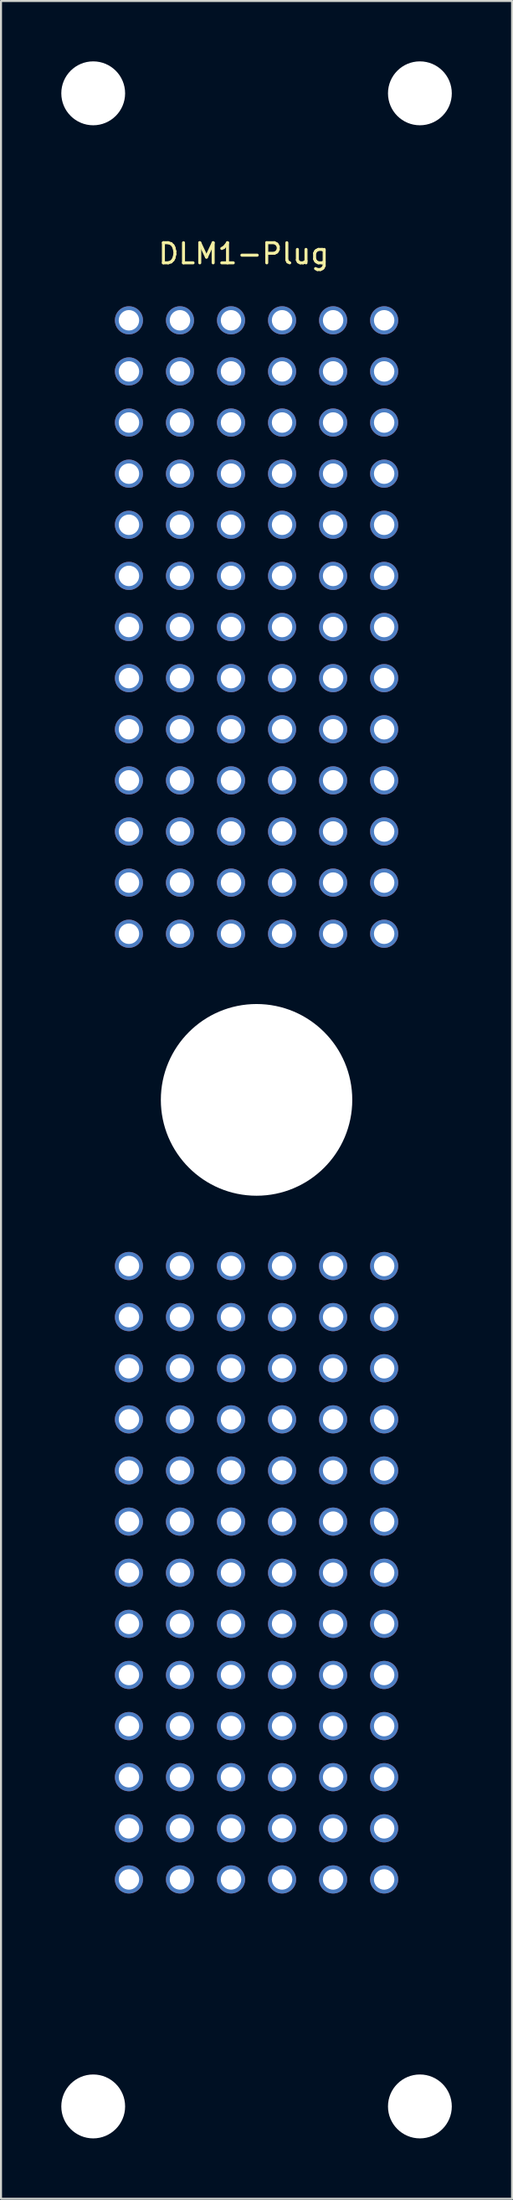
<source format=kicad_pcb>
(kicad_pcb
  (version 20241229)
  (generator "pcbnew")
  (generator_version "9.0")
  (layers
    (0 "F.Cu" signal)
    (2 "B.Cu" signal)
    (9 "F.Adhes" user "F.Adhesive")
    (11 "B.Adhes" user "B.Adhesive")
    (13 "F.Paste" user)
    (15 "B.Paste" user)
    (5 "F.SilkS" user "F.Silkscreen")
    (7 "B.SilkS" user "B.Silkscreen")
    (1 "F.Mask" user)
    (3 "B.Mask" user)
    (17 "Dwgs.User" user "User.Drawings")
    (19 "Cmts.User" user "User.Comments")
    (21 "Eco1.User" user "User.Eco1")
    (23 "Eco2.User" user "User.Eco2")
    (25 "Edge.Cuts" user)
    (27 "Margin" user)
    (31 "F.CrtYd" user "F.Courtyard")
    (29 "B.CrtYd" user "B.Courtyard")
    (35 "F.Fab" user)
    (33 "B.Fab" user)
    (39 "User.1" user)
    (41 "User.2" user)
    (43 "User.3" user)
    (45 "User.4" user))
  (footprint "DLM1-Plug"
    (layer "F.Cu")
    (at 9.716 51.6)
    (property "Reference" "DLM1-Plug" (at -0.635 -42.045 0) (layer "F.SilkS") (effects (font (size 1 1) (thickness 0.15))))
    (attr through_hole)
    (pad "" np_thru_hole circle (at -8.128 -50.013) (size 3.175 3.175) (drill 3.175) (layers "*.Cu" "*.Mask"))
    (pad "" np_thru_hole circle (at -8.128 50.013) (size 3.175 3.175) (drill 3.175) (layers "*.Cu" "*.Mask"))
    (pad "" np_thru_hole circle (at 0 0) (size 9.525 9.525) (drill 9.525) (layers "*.Cu" "*.Mask"))
    (pad "" np_thru_hole circle (at 8.128 -50.013) (size 3.175 3.175) (drill 3.175) (layers "*.Cu" "*.Mask"))
    (pad "" np_thru_hole circle (at 8.128 50.013) (size 3.175 3.175) (drill 3.175) (layers "*.Cu" "*.Mask"))
    (pad "1" thru_hole circle (at 6.35 -38.735) (size 1.397 1.397) (drill 1.016) (layers "*.Cu" "*.Mask"))
    (pad "2" thru_hole circle (at 6.35 -36.195) (size 1.397 1.397) (drill 1.016) (layers "*.Cu" "*.Mask"))
    (pad "3" thru_hole circle (at 6.35 -33.655) (size 1.397 1.397) (drill 1.016) (layers "*.Cu" "*.Mask"))
    (pad "4" thru_hole circle (at 6.35 -31.115) (size 1.397 1.397) (drill 1.016) (layers "*.Cu" "*.Mask"))
    (pad "5" thru_hole circle (at 6.35 -28.575) (size 1.397 1.397) (drill 1.016) (layers "*.Cu" "*.Mask"))
    (pad "6" thru_hole circle (at 6.35 -26.035) (size 1.397 1.397) (drill 1.016) (layers "*.Cu" "*.Mask"))
    (pad "7" thru_hole circle (at 6.35 -23.495) (size 1.397 1.397) (drill 1.016) (layers "*.Cu" "*.Mask"))
    (pad "8" thru_hole circle (at 6.35 -20.955) (size 1.397 1.397) (drill 1.016) (layers "*.Cu" "*.Mask"))
    (pad "9" thru_hole circle (at 6.35 -18.415) (size 1.397 1.397) (drill 1.016) (layers "*.Cu" "*.Mask"))
    (pad "10" thru_hole circle (at 6.35 -15.875) (size 1.397 1.397) (drill 1.016) (layers "*.Cu" "*.Mask"))
    (pad "11" thru_hole circle (at 6.35 -13.335) (size 1.397 1.397) (drill 1.016) (layers "*.Cu" "*.Mask"))
    (pad "12" thru_hole circle (at 6.35 -10.795) (size 1.397 1.397) (drill 1.016) (layers "*.Cu" "*.Mask"))
    (pad "13" thru_hole circle (at 6.35 -8.255) (size 1.397 1.397) (drill 1.016) (layers "*.Cu" "*.Mask"))
    (pad "14" thru_hole circle (at 6.35 8.255) (size 1.397 1.397) (drill 1.016) (layers "*.Cu" "*.Mask"))
    (pad "15" thru_hole circle (at 6.35 10.795) (size 1.397 1.397) (drill 1.016) (layers "*.Cu" "*.Mask"))
    (pad "16" thru_hole circle (at 6.35 13.335) (size 1.397 1.397) (drill 1.016) (layers "*.Cu" "*.Mask"))
    (pad "17" thru_hole circle (at 6.35 15.875) (size 1.397 1.397) (drill 1.016) (layers "*.Cu" "*.Mask"))
    (pad "18" thru_hole circle (at 6.35 18.415) (size 1.397 1.397) (drill 1.016) (layers "*.Cu" "*.Mask"))
    (pad "19" thru_hole circle (at 6.35 20.955) (size 1.397 1.397) (drill 1.016) (layers "*.Cu" "*.Mask"))
    (pad "20" thru_hole circle (at 6.35 23.495) (size 1.397 1.397) (drill 1.016) (layers "*.Cu" "*.Mask"))
    (pad "21" thru_hole circle (at 6.35 26.035) (size 1.397 1.397) (drill 1.016) (layers "*.Cu" "*.Mask"))
    (pad "22" thru_hole circle (at 6.35 28.575) (size 1.397 1.397) (drill 1.016) (layers "*.Cu" "*.Mask"))
    (pad "23" thru_hole circle (at 6.35 31.115) (size 1.397 1.397) (drill 1.016) (layers "*.Cu" "*.Mask"))
    (pad "24" thru_hole circle (at 6.35 33.655) (size 1.397 1.397) (drill 1.016) (layers "*.Cu" "*.Mask"))
    (pad "25" thru_hole circle (at 6.35 36.195) (size 1.397 1.397) (drill 1.016) (layers "*.Cu" "*.Mask"))
    (pad "26" thru_hole circle (at 6.35 38.735) (size 1.397 1.397) (drill 1.016) (layers "*.Cu" "*.Mask"))
    (pad "27" thru_hole circle (at 3.81 -38.735) (size 1.397 1.397) (drill 1.016) (layers "*.Cu" "*.Mask"))
    (pad "28" thru_hole circle (at 3.81 -36.195) (size 1.397 1.397) (drill 1.016) (layers "*.Cu" "*.Mask"))
    (pad "29" thru_hole circle (at 3.81 -33.655) (size 1.397 1.397) (drill 1.016) (layers "*.Cu" "*.Mask"))
    (pad "30" thru_hole circle (at 3.81 -31.115) (size 1.397 1.397) (drill 1.016) (layers "*.Cu" "*.Mask"))
    (pad "31" thru_hole circle (at 3.81 -28.575) (size 1.397 1.397) (drill 1.016) (layers "*.Cu" "*.Mask"))
    (pad "32" thru_hole circle (at 3.81 -26.035) (size 1.397 1.397) (drill 1.016) (layers "*.Cu" "*.Mask"))
    (pad "33" thru_hole circle (at 3.81 -23.495) (size 1.397 1.397) (drill 1.016) (layers "*.Cu" "*.Mask"))
    (pad "34" thru_hole circle (at 3.81 -20.955) (size 1.397 1.397) (drill 1.016) (layers "*.Cu" "*.Mask"))
    (pad "35" thru_hole circle (at 3.81 -18.415) (size 1.397 1.397) (drill 1.016) (layers "*.Cu" "*.Mask"))
    (pad "36" thru_hole circle (at 3.81 -15.875) (size 1.397 1.397) (drill 1.016) (layers "*.Cu" "*.Mask"))
    (pad "37" thru_hole circle (at 3.81 -13.335) (size 1.397 1.397) (drill 1.016) (layers "*.Cu" "*.Mask"))
    (pad "38" thru_hole circle (at 3.81 -10.795) (size 1.397 1.397) (drill 1.016) (layers "*.Cu" "*.Mask"))
    (pad "39" thru_hole circle (at 3.81 -8.255) (size 1.397 1.397) (drill 1.016) (layers "*.Cu" "*.Mask"))
    (pad "40" thru_hole circle (at 3.81 8.255) (size 1.397 1.397) (drill 1.016) (layers "*.Cu" "*.Mask"))
    (pad "41" thru_hole circle (at 3.81 10.795) (size 1.397 1.397) (drill 1.016) (layers "*.Cu" "*.Mask"))
    (pad "42" thru_hole circle (at 3.81 13.335) (size 1.397 1.397) (drill 1.016) (layers "*.Cu" "*.Mask"))
    (pad "43" thru_hole circle (at 3.81 15.875) (size 1.397 1.397) (drill 1.016) (layers "*.Cu" "*.Mask"))
    (pad "44" thru_hole circle (at 3.81 18.415) (size 1.397 1.397) (drill 1.016) (layers "*.Cu" "*.Mask"))
    (pad "45" thru_hole circle (at 3.81 20.955) (size 1.397 1.397) (drill 1.016) (layers "*.Cu" "*.Mask"))
    (pad "46" thru_hole circle (at 3.81 23.495) (size 1.397 1.397) (drill 1.016) (layers "*.Cu" "*.Mask"))
    (pad "47" thru_hole circle (at 3.81 26.035) (size 1.397 1.397) (drill 1.016) (layers "*.Cu" "*.Mask"))
    (pad "48" thru_hole circle (at 3.81 28.575) (size 1.397 1.397) (drill 1.016) (layers "*.Cu" "*.Mask"))
    (pad "49" thru_hole circle (at 3.81 31.115) (size 1.397 1.397) (drill 1.016) (layers "*.Cu" "*.Mask"))
    (pad "50" thru_hole circle (at 3.81 33.655) (size 1.397 1.397) (drill 1.016) (layers "*.Cu" "*.Mask"))
    (pad "51" thru_hole circle (at 3.81 36.195) (size 1.397 1.397) (drill 1.016) (layers "*.Cu" "*.Mask"))
    (pad "52" thru_hole circle (at 3.81 38.735) (size 1.397 1.397) (drill 1.016) (layers "*.Cu" "*.Mask"))
    (pad "53" thru_hole circle (at 1.27 -38.735) (size 1.397 1.397) (drill 1.016) (layers "*.Cu" "*.Mask"))
    (pad "54" thru_hole circle (at 1.27 -36.195) (size 1.397 1.397) (drill 1.016) (layers "*.Cu" "*.Mask"))
    (pad "55" thru_hole circle (at 1.27 -33.655) (size 1.397 1.397) (drill 1.016) (layers "*.Cu" "*.Mask"))
    (pad "56" thru_hole circle (at 1.27 -31.115) (size 1.397 1.397) (drill 1.016) (layers "*.Cu" "*.Mask"))
    (pad "57" thru_hole circle (at 1.27 -28.575) (size 1.397 1.397) (drill 1.016) (layers "*.Cu" "*.Mask"))
    (pad "58" thru_hole circle (at 1.27 -26.035) (size 1.397 1.397) (drill 1.016) (layers "*.Cu" "*.Mask"))
    (pad "59" thru_hole circle (at 1.27 -23.495) (size 1.397 1.397) (drill 1.016) (layers "*.Cu" "*.Mask"))
    (pad "60" thru_hole circle (at 1.27 -20.955) (size 1.397 1.397) (drill 1.016) (layers "*.Cu" "*.Mask"))
    (pad "61" thru_hole circle (at 1.27 -18.415) (size 1.397 1.397) (drill 1.016) (layers "*.Cu" "*.Mask"))
    (pad "62" thru_hole circle (at 1.27 -15.875) (size 1.397 1.397) (drill 1.016) (layers "*.Cu" "*.Mask"))
    (pad "63" thru_hole circle (at 1.27 -13.335) (size 1.397 1.397) (drill 1.016) (layers "*.Cu" "*.Mask"))
    (pad "64" thru_hole circle (at 1.27 -10.795) (size 1.397 1.397) (drill 1.016) (layers "*.Cu" "*.Mask"))
    (pad "65" thru_hole circle (at 1.27 -8.255) (size 1.397 1.397) (drill 1.016) (layers "*.Cu" "*.Mask"))
    (pad "66" thru_hole circle (at 1.27 8.255) (size 1.397 1.397) (drill 1.016) (layers "*.Cu" "*.Mask"))
    (pad "67" thru_hole circle (at 1.27 10.795) (size 1.397 1.397) (drill 1.016) (layers "*.Cu" "*.Mask"))
    (pad "68" thru_hole circle (at 1.27 13.335) (size 1.397 1.397) (drill 1.016) (layers "*.Cu" "*.Mask"))
    (pad "69" thru_hole circle (at 1.27 15.875) (size 1.397 1.397) (drill 1.016) (layers "*.Cu" "*.Mask"))
    (pad "70" thru_hole circle (at 1.27 18.415) (size 1.397 1.397) (drill 1.016) (layers "*.Cu" "*.Mask"))
    (pad "71" thru_hole circle (at 1.27 20.955) (size 1.397 1.397) (drill 1.016) (layers "*.Cu" "*.Mask"))
    (pad "72" thru_hole circle (at 1.27 23.495) (size 1.397 1.397) (drill 1.016) (layers "*.Cu" "*.Mask"))
    (pad "73" thru_hole circle (at 1.27 26.035) (size 1.397 1.397) (drill 1.016) (layers "*.Cu" "*.Mask"))
    (pad "74" thru_hole circle (at 1.27 28.575) (size 1.397 1.397) (drill 1.016) (layers "*.Cu" "*.Mask"))
    (pad "75" thru_hole circle (at 1.27 31.115) (size 1.397 1.397) (drill 1.016) (layers "*.Cu" "*.Mask"))
    (pad "76" thru_hole circle (at 1.27 33.655) (size 1.397 1.397) (drill 1.016) (layers "*.Cu" "*.Mask"))
    (pad "77" thru_hole circle (at 1.27 36.195) (size 1.397 1.397) (drill 1.016) (layers "*.Cu" "*.Mask"))
    (pad "78" thru_hole circle (at 1.27 38.735) (size 1.397 1.397) (drill 1.016) (layers "*.Cu" "*.Mask"))
    (pad "79" thru_hole circle (at -1.27 -38.735) (size 1.397 1.397) (drill 1.016) (layers "*.Cu" "*.Mask"))
    (pad "80" thru_hole circle (at -1.27 -36.195) (size 1.397 1.397) (drill 1.016) (layers "*.Cu" "*.Mask"))
    (pad "81" thru_hole circle (at -1.27 -33.655) (size 1.397 1.397) (drill 1.016) (layers "*.Cu" "*.Mask"))
    (pad "82" thru_hole circle (at -1.27 -31.115) (size 1.397 1.397) (drill 1.016) (layers "*.Cu" "*.Mask"))
    (pad "83" thru_hole circle (at -1.27 -28.575) (size 1.397 1.397) (drill 1.016) (layers "*.Cu" "*.Mask"))
    (pad "84" thru_hole circle (at -1.27 -26.035) (size 1.397 1.397) (drill 1.016) (layers "*.Cu" "*.Mask"))
    (pad "85" thru_hole circle (at -1.27 -23.495) (size 1.397 1.397) (drill 1.016) (layers "*.Cu" "*.Mask"))
    (pad "86" thru_hole circle (at -1.27 -20.955) (size 1.397 1.397) (drill 1.016) (layers "*.Cu" "*.Mask"))
    (pad "87" thru_hole circle (at -1.27 -18.415) (size 1.397 1.397) (drill 1.016) (layers "*.Cu" "*.Mask"))
    (pad "88" thru_hole circle (at -1.27 -15.875) (size 1.397 1.397) (drill 1.016) (layers "*.Cu" "*.Mask"))
    (pad "89" thru_hole circle (at -1.27 -13.335) (size 1.397 1.397) (drill 1.016) (layers "*.Cu" "*.Mask"))
    (pad "90" thru_hole circle (at -1.27 -10.795) (size 1.397 1.397) (drill 1.016) (layers "*.Cu" "*.Mask"))
    (pad "91" thru_hole circle (at -1.27 -8.255) (size 1.397 1.397) (drill 1.016) (layers "*.Cu" "*.Mask"))
    (pad "92" thru_hole circle (at -1.27 8.255) (size 1.397 1.397) (drill 1.016) (layers "*.Cu" "*.Mask"))
    (pad "93" thru_hole circle (at -1.27 10.795) (size 1.397 1.397) (drill 1.016) (layers "*.Cu" "*.Mask"))
    (pad "94" thru_hole circle (at -1.27 13.335) (size 1.397 1.397) (drill 1.016) (layers "*.Cu" "*.Mask"))
    (pad "95" thru_hole circle (at -1.27 15.875) (size 1.397 1.397) (drill 1.016) (layers "*.Cu" "*.Mask"))
    (pad "96" thru_hole circle (at -1.27 18.415) (size 1.397 1.397) (drill 1.016) (layers "*.Cu" "*.Mask"))
    (pad "97" thru_hole circle (at -1.27 20.955) (size 1.397 1.397) (drill 1.016) (layers "*.Cu" "*.Mask"))
    (pad "98" thru_hole circle (at -1.27 23.495) (size 1.397 1.397) (drill 1.016) (layers "*.Cu" "*.Mask"))
    (pad "99" thru_hole circle (at -1.27 26.035) (size 1.397 1.397) (drill 1.016) (layers "*.Cu" "*.Mask"))
    (pad "100" thru_hole circle (at -1.27 28.575) (size 1.397 1.397) (drill 1.016) (layers "*.Cu" "*.Mask"))
    (pad "101" thru_hole circle (at -1.27 31.115) (size 1.397 1.397) (drill 1.016) (layers "*.Cu" "*.Mask"))
    (pad "102" thru_hole circle (at -1.27 33.655) (size 1.397 1.397) (drill 1.016) (layers "*.Cu" "*.Mask"))
    (pad "103" thru_hole circle (at -1.27 36.195) (size 1.397 1.397) (drill 1.016) (layers "*.Cu" "*.Mask"))
    (pad "104" thru_hole circle (at -1.27 38.735) (size 1.397 1.397) (drill 1.016) (layers "*.Cu" "*.Mask"))
    (pad "105" thru_hole circle (at -3.81 -38.735) (size 1.397 1.397) (drill 1.016) (layers "*.Cu" "*.Mask"))
    (pad "106" thru_hole circle (at -3.81 -36.195) (size 1.397 1.397) (drill 1.016) (layers "*.Cu" "*.Mask"))
    (pad "107" thru_hole circle (at -3.81 -33.655) (size 1.397 1.397) (drill 1.016) (layers "*.Cu" "*.Mask"))
    (pad "108" thru_hole circle (at -3.81 -31.115) (size 1.397 1.397) (drill 1.016) (layers "*.Cu" "*.Mask"))
    (pad "109" thru_hole circle (at -3.81 -28.575) (size 1.397 1.397) (drill 1.016) (layers "*.Cu" "*.Mask"))
    (pad "110" thru_hole circle (at -3.81 -26.035) (size 1.397 1.397) (drill 1.016) (layers "*.Cu" "*.Mask"))
    (pad "111" thru_hole circle (at -3.81 -23.495) (size 1.397 1.397) (drill 1.016) (layers "*.Cu" "*.Mask"))
    (pad "112" thru_hole circle (at -3.81 -20.955) (size 1.397 1.397) (drill 1.016) (layers "*.Cu" "*.Mask"))
    (pad "113" thru_hole circle (at -3.81 -18.415) (size 1.397 1.397) (drill 1.016) (layers "*.Cu" "*.Mask"))
    (pad "114" thru_hole circle (at -3.81 -15.875) (size 1.397 1.397) (drill 1.016) (layers "*.Cu" "*.Mask"))
    (pad "115" thru_hole circle (at -3.81 -13.335) (size 1.397 1.397) (drill 1.016) (layers "*.Cu" "*.Mask"))
    (pad "116" thru_hole circle (at -3.81 -10.795) (size 1.397 1.397) (drill 1.016) (layers "*.Cu" "*.Mask"))
    (pad "117" thru_hole circle (at -3.81 -8.255) (size 1.397 1.397) (drill 1.016) (layers "*.Cu" "*.Mask"))
    (pad "118" thru_hole circle (at -3.81 8.255) (size 1.397 1.397) (drill 1.016) (layers "*.Cu" "*.Mask"))
    (pad "119" thru_hole circle (at -3.81 10.795) (size 1.397 1.397) (drill 1.016) (layers "*.Cu" "*.Mask"))
    (pad "120" thru_hole circle (at -3.81 13.335) (size 1.397 1.397) (drill 1.016) (layers "*.Cu" "*.Mask"))
    (pad "121" thru_hole circle (at -3.81 15.875) (size 1.397 1.397) (drill 1.016) (layers "*.Cu" "*.Mask"))
    (pad "122" thru_hole circle (at -3.81 18.415) (size 1.397 1.397) (drill 1.016) (layers "*.Cu" "*.Mask"))
    (pad "123" thru_hole circle (at -3.81 20.955) (size 1.397 1.397) (drill 1.016) (layers "*.Cu" "*.Mask"))
    (pad "124" thru_hole circle (at -3.81 23.495) (size 1.397 1.397) (drill 1.016) (layers "*.Cu" "*.Mask"))
    (pad "125" thru_hole circle (at -3.81 26.035) (size 1.397 1.397) (drill 1.016) (layers "*.Cu" "*.Mask"))
    (pad "126" thru_hole circle (at -3.81 28.575) (size 1.397 1.397) (drill 1.016) (layers "*.Cu" "*.Mask"))
    (pad "127" thru_hole circle (at -3.81 31.115) (size 1.397 1.397) (drill 1.016) (layers "*.Cu" "*.Mask"))
    (pad "128" thru_hole circle (at -3.81 33.655) (size 1.397 1.397) (drill 1.016) (layers "*.Cu" "*.Mask"))
    (pad "129" thru_hole circle (at -3.81 36.195) (size 1.397 1.397) (drill 1.016) (layers "*.Cu" "*.Mask"))
    (pad "130" thru_hole circle (at -3.81 38.735) (size 1.397 1.397) (drill 1.016) (layers "*.Cu" "*.Mask"))
    (pad "131" thru_hole circle (at -6.35 -38.735) (size 1.397 1.397) (drill 1.016) (layers "*.Cu" "*.Mask"))
    (pad "132" thru_hole circle (at -6.35 -36.195) (size 1.397 1.397) (drill 1.016) (layers "*.Cu" "*.Mask"))
    (pad "133" thru_hole circle (at -6.35 -33.655) (size 1.397 1.397) (drill 1.016) (layers "*.Cu" "*.Mask"))
    (pad "134" thru_hole circle (at -6.35 -31.115) (size 1.397 1.397) (drill 1.016) (layers "*.Cu" "*.Mask"))
    (pad "135" thru_hole circle (at -6.35 -28.575) (size 1.397 1.397) (drill 1.016) (layers "*.Cu" "*.Mask"))
    (pad "136" thru_hole circle (at -6.35 -26.035) (size 1.397 1.397) (drill 1.016) (layers "*.Cu" "*.Mask"))
    (pad "137" thru_hole circle (at -6.35 -23.495) (size 1.397 1.397) (drill 1.016) (layers "*.Cu" "*.Mask"))
    (pad "138" thru_hole circle (at -6.35 -20.955) (size 1.397 1.397) (drill 1.016) (layers "*.Cu" "*.Mask"))
    (pad "139" thru_hole circle (at -6.35 -18.415) (size 1.397 1.397) (drill 1.016) (layers "*.Cu" "*.Mask"))
    (pad "140" thru_hole circle (at -6.35 -15.875) (size 1.397 1.397) (drill 1.016) (layers "*.Cu" "*.Mask"))
    (pad "141" thru_hole circle (at -6.35 -13.335) (size 1.397 1.397) (drill 1.016) (layers "*.Cu" "*.Mask"))
    (pad "142" thru_hole circle (at -6.35 -10.795) (size 1.397 1.397) (drill 1.016) (layers "*.Cu" "*.Mask"))
    (pad "143" thru_hole circle (at -6.35 -8.255) (size 1.397 1.397) (drill 1.016) (layers "*.Cu" "*.Mask"))
    (pad "144" thru_hole circle (at -6.35 8.255) (size 1.397 1.397) (drill 1.016) (layers "*.Cu" "*.Mask"))
    (pad "145" thru_hole circle (at -6.35 10.795) (size 1.397 1.397) (drill 1.016) (layers "*.Cu" "*.Mask"))
    (pad "146" thru_hole circle (at -6.35 13.335) (size 1.397 1.397) (drill 1.016) (layers "*.Cu" "*.Mask"))
    (pad "147" thru_hole circle (at -6.35 15.875) (size 1.397 1.397) (drill 1.016) (layers "*.Cu" "*.Mask"))
    (pad "148" thru_hole circle (at -6.35 18.415) (size 1.397 1.397) (drill 1.016) (layers "*.Cu" "*.Mask"))
    (pad "149" thru_hole circle (at -6.35 20.955) (size 1.397 1.397) (drill 1.016) (layers "*.Cu" "*.Mask"))
    (pad "150" thru_hole circle (at -6.35 23.495) (size 1.397 1.397) (drill 1.016) (layers "*.Cu" "*.Mask"))
    (pad "151" thru_hole circle (at -6.35 26.035) (size 1.397 1.397) (drill 1.016) (layers "*.Cu" "*.Mask"))
    (pad "152" thru_hole circle (at -6.35 28.575) (size 1.397 1.397) (drill 1.016) (layers "*.Cu" "*.Mask"))
    (pad "153" thru_hole circle (at -6.35 31.115) (size 1.397 1.397) (drill 1.016) (layers "*.Cu" "*.Mask"))
    (pad "154" thru_hole circle (at -6.35 33.655) (size 1.397 1.397) (drill 1.016) (layers "*.Cu" "*.Mask"))
    (pad "155" thru_hole circle (at -6.35 36.195) (size 1.397 1.397) (drill 1.016) (layers "*.Cu" "*.Mask"))
    (pad "156" thru_hole circle (at -6.35 38.735) (size 1.397 1.397) (drill 1.016) (layers "*.Cu" "*.Mask")))
  (gr_rect
    (start -3 -3)
    (end 22.431 106.2)
    (stroke (width 0.1) (type default))
    (fill no)
    (layer "Edge.Cuts")))
</source>
